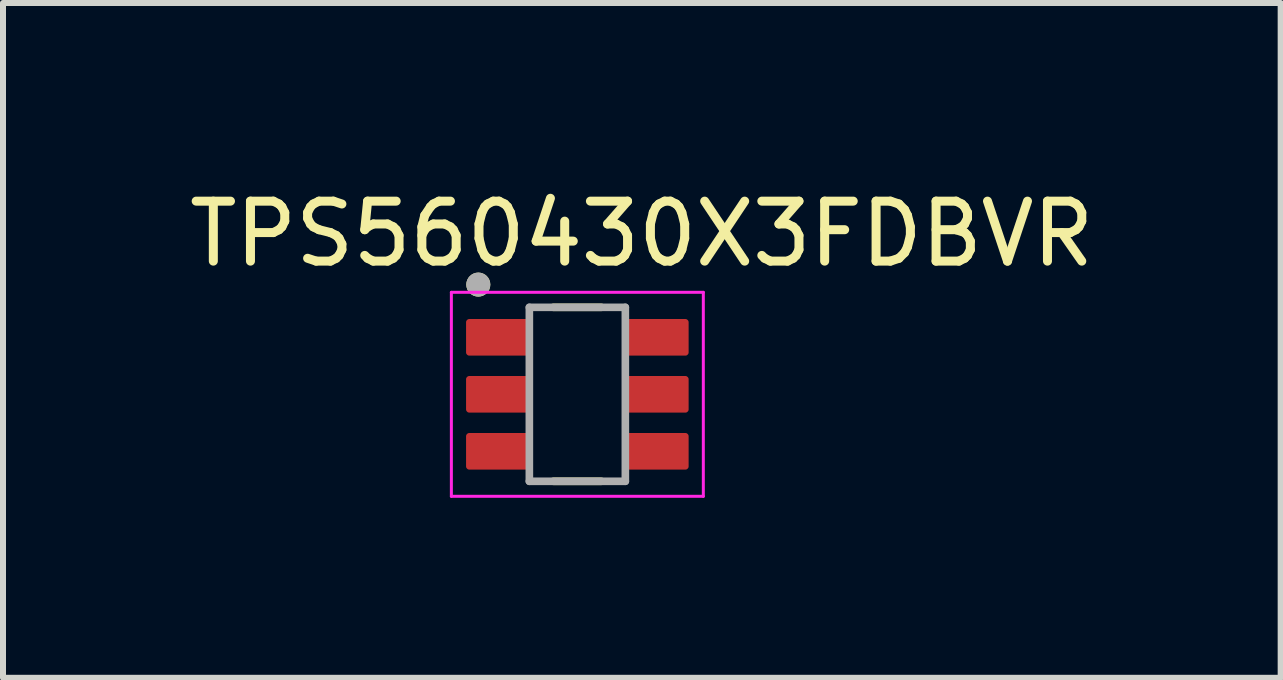
<source format=kicad_pcb>
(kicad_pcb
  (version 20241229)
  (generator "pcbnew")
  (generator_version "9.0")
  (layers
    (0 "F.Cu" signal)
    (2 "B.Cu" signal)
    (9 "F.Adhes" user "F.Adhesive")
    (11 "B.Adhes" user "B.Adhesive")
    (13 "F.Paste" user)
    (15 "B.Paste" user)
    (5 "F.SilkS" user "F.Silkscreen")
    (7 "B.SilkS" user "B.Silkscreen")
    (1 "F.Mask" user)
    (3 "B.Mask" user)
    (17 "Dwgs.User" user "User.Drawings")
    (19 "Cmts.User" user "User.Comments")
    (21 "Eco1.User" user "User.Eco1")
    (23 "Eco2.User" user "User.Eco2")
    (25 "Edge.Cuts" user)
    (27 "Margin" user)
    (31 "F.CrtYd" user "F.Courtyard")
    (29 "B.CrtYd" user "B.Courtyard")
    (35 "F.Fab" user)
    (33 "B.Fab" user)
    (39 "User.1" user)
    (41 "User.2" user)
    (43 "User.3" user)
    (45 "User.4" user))
  (footprint "TPS560430X3FDBVR"
    (layer "F.Cu")
    (at 6.574 3.523)
    (property "Reference" "TPS560430X3FDBVR" (at 1.075 -2.675 0) (layer "F.SilkS") (effects (font (size 1 1) (thickness 0.15))))
    (attr smd)
    (fp_poly (pts (xy -1.8 -1.32) (xy -1.806 -1.32) (xy -1.813 -1.319) (xy -1.819 -1.319) (xy -1.825 -1.317) (xy -1.831 -1.316) (xy -1.837 -1.314) (xy -1.843 -1.312) (xy -1.849 -1.31) (xy -1.854 -1.307) (xy -1.86 -1.304) (xy -1.865 -1.301) (xy -1.871 -1.297) (xy -1.876 -1.293) (xy -1.88 -1.289) (xy -1.885 -1.285) (xy -1.889 -1.28) (xy -1.893 -1.276) (xy -1.897 -1.271) (xy -1.901 -1.265) (xy -1.904 -1.26) (xy -1.907 -1.254) (xy -1.91 -1.249) (xy -1.912 -1.243) (xy -1.914 -1.237) (xy -1.916 -1.231) (xy -1.917 -1.225) (xy -1.919 -1.219) (xy -1.919 -1.213) (xy -1.92 -1.206) (xy -1.92 -1.2) (xy -1.92 -0.7) (xy -1.92 -0.694) (xy -1.919 -0.687) (xy -1.919 -0.681) (xy -1.917 -0.675) (xy -1.916 -0.669) (xy -1.914 -0.663) (xy -1.912 -0.657) (xy -1.91 -0.651) (xy -1.907 -0.646) (xy -1.904 -0.64) (xy -1.901 -0.635) (xy -1.897 -0.629) (xy -1.893 -0.624) (xy -1.889 -0.62) (xy -1.885 -0.615) (xy -1.88 -0.611) (xy -1.876 -0.607) (xy -1.871 -0.603) (xy -1.865 -0.599) (xy -1.86 -0.596) (xy -1.854 -0.593) (xy -1.849 -0.59) (xy -1.843 -0.588) (xy -1.837 -0.586) (xy -1.831 -0.584) (xy -1.825 -0.583) (xy -1.819 -0.581) (xy -1.813 -0.581) (xy -1.806 -0.58) (xy -1.8 -0.58) (xy -0.8 -0.58) (xy -0.794 -0.58) (xy -0.787 -0.581) (xy -0.781 -0.581) (xy -0.775 -0.583) (xy -0.769 -0.584) (xy -0.763 -0.586) (xy -0.757 -0.588) (xy -0.751 -0.59) (xy -0.746 -0.593) (xy -0.74 -0.596) (xy -0.735 -0.599) (xy -0.729 -0.603) (xy -0.724 -0.607) (xy -0.72 -0.611) (xy -0.715 -0.615) (xy -0.711 -0.62) (xy -0.707 -0.624) (xy -0.703 -0.629) (xy -0.699 -0.635) (xy -0.696 -0.64) (xy -0.693 -0.646) (xy -0.69 -0.651) (xy -0.688 -0.657) (xy -0.686 -0.663) (xy -0.684 -0.669) (xy -0.683 -0.675) (xy -0.681 -0.681) (xy -0.681 -0.687) (xy -0.68 -0.694) (xy -0.68 -0.7) (xy -0.68 -1.2) (xy -0.68 -1.206) (xy -0.681 -1.213) (xy -0.681 -1.219) (xy -0.683 -1.225) (xy -0.684 -1.231) (xy -0.686 -1.237) (xy -0.688 -1.243) (xy -0.69 -1.249) (xy -0.693 -1.254) (xy -0.696 -1.26) (xy -0.699 -1.265) (xy -0.703 -1.271) (xy -0.707 -1.276) (xy -0.711 -1.28) (xy -0.715 -1.285) (xy -0.72 -1.289) (xy -0.724 -1.293) (xy -0.729 -1.297) (xy -0.735 -1.301) (xy -0.74 -1.304) (xy -0.746 -1.307) (xy -0.751 -1.31) (xy -0.757 -1.312) (xy -0.763 -1.314) (xy -0.769 -1.316) (xy -0.775 -1.317) (xy -0.781 -1.319) (xy -0.787 -1.319) (xy -0.794 -1.32) (xy -0.8 -1.32) (xy -1.8 -1.32)) (stroke (width 0.01) (type solid)) (fill yes) (layer "F.Mask"))
    (fp_poly (pts (xy -1.8 -0.37) (xy -1.806 -0.37) (xy -1.813 -0.369) (xy -1.819 -0.369) (xy -1.825 -0.367) (xy -1.831 -0.366) (xy -1.837 -0.364) (xy -1.843 -0.362) (xy -1.849 -0.36) (xy -1.854 -0.357) (xy -1.86 -0.354) (xy -1.865 -0.351) (xy -1.871 -0.347) (xy -1.876 -0.343) (xy -1.88 -0.339) (xy -1.885 -0.335) (xy -1.889 -0.33) (xy -1.893 -0.326) (xy -1.897 -0.321) (xy -1.901 -0.315) (xy -1.904 -0.31) (xy -1.907 -0.304) (xy -1.91 -0.299) (xy -1.912 -0.293) (xy -1.914 -0.287) (xy -1.916 -0.281) (xy -1.917 -0.275) (xy -1.919 -0.269) (xy -1.919 -0.263) (xy -1.92 -0.256) (xy -1.92 -0.25) (xy -1.92 0.25) (xy -1.92 0.256) (xy -1.919 0.263) (xy -1.919 0.269) (xy -1.917 0.275) (xy -1.916 0.281) (xy -1.914 0.287) (xy -1.912 0.293) (xy -1.91 0.299) (xy -1.907 0.304) (xy -1.904 0.31) (xy -1.901 0.315) (xy -1.897 0.321) (xy -1.893 0.326) (xy -1.889 0.33) (xy -1.885 0.335) (xy -1.88 0.339) (xy -1.876 0.343) (xy -1.871 0.347) (xy -1.865 0.351) (xy -1.86 0.354) (xy -1.854 0.357) (xy -1.849 0.36) (xy -1.843 0.362) (xy -1.837 0.364) (xy -1.831 0.366) (xy -1.825 0.367) (xy -1.819 0.369) (xy -1.813 0.369) (xy -1.806 0.37) (xy -1.8 0.37) (xy -0.8 0.37) (xy -0.794 0.37) (xy -0.787 0.369) (xy -0.781 0.369) (xy -0.775 0.367) (xy -0.769 0.366) (xy -0.763 0.364) (xy -0.757 0.362) (xy -0.751 0.36) (xy -0.746 0.357) (xy -0.74 0.354) (xy -0.735 0.351) (xy -0.729 0.347) (xy -0.724 0.343) (xy -0.72 0.339) (xy -0.715 0.335) (xy -0.711 0.33) (xy -0.707 0.326) (xy -0.703 0.321) (xy -0.699 0.315) (xy -0.696 0.31) (xy -0.693 0.304) (xy -0.69 0.299) (xy -0.688 0.293) (xy -0.686 0.287) (xy -0.684 0.281) (xy -0.683 0.275) (xy -0.681 0.269) (xy -0.681 0.263) (xy -0.68 0.256) (xy -0.68 0.25) (xy -0.68 -0.25) (xy -0.68 -0.256) (xy -0.681 -0.263) (xy -0.681 -0.269) (xy -0.683 -0.275) (xy -0.684 -0.281) (xy -0.686 -0.287) (xy -0.688 -0.293) (xy -0.69 -0.299) (xy -0.693 -0.304) (xy -0.696 -0.31) (xy -0.699 -0.315) (xy -0.703 -0.321) (xy -0.707 -0.326) (xy -0.711 -0.33) (xy -0.715 -0.335) (xy -0.72 -0.339) (xy -0.724 -0.343) (xy -0.729 -0.347) (xy -0.735 -0.351) (xy -0.74 -0.354) (xy -0.746 -0.357) (xy -0.751 -0.36) (xy -0.757 -0.362) (xy -0.763 -0.364) (xy -0.769 -0.366) (xy -0.775 -0.367) (xy -0.781 -0.369) (xy -0.787 -0.369) (xy -0.794 -0.37) (xy -0.8 -0.37) (xy -1.8 -0.37)) (stroke (width 0.01) (type solid)) (fill yes) (layer "F.Mask"))
    (fp_poly (pts (xy -1.8 0.58) (xy -1.806 0.58) (xy -1.813 0.581) (xy -1.819 0.581) (xy -1.825 0.583) (xy -1.831 0.584) (xy -1.837 0.586) (xy -1.843 0.588) (xy -1.849 0.59) (xy -1.854 0.593) (xy -1.86 0.596) (xy -1.865 0.599) (xy -1.871 0.603) (xy -1.876 0.607) (xy -1.88 0.611) (xy -1.885 0.615) (xy -1.889 0.62) (xy -1.893 0.624) (xy -1.897 0.629) (xy -1.901 0.635) (xy -1.904 0.64) (xy -1.907 0.646) (xy -1.91 0.651) (xy -1.912 0.657) (xy -1.914 0.663) (xy -1.916 0.669) (xy -1.917 0.675) (xy -1.919 0.681) (xy -1.919 0.687) (xy -1.92 0.694) (xy -1.92 0.7) (xy -1.92 1.2) (xy -1.92 1.206) (xy -1.919 1.213) (xy -1.919 1.219) (xy -1.917 1.225) (xy -1.916 1.231) (xy -1.914 1.237) (xy -1.912 1.243) (xy -1.91 1.249) (xy -1.907 1.254) (xy -1.904 1.26) (xy -1.901 1.265) (xy -1.897 1.271) (xy -1.893 1.276) (xy -1.889 1.28) (xy -1.885 1.285) (xy -1.88 1.289) (xy -1.876 1.293) (xy -1.871 1.297) (xy -1.865 1.301) (xy -1.86 1.304) (xy -1.854 1.307) (xy -1.849 1.31) (xy -1.843 1.312) (xy -1.837 1.314) (xy -1.831 1.316) (xy -1.825 1.317) (xy -1.819 1.319) (xy -1.813 1.319) (xy -1.806 1.32) (xy -1.8 1.32) (xy -0.8 1.32) (xy -0.794 1.32) (xy -0.787 1.319) (xy -0.781 1.319) (xy -0.775 1.317) (xy -0.769 1.316) (xy -0.763 1.314) (xy -0.757 1.312) (xy -0.751 1.31) (xy -0.746 1.307) (xy -0.74 1.304) (xy -0.735 1.301) (xy -0.729 1.297) (xy -0.724 1.293) (xy -0.72 1.289) (xy -0.715 1.285) (xy -0.711 1.28) (xy -0.707 1.276) (xy -0.703 1.271) (xy -0.699 1.265) (xy -0.696 1.26) (xy -0.693 1.254) (xy -0.69 1.249) (xy -0.688 1.243) (xy -0.686 1.237) (xy -0.684 1.231) (xy -0.683 1.225) (xy -0.681 1.219) (xy -0.681 1.213) (xy -0.68 1.206) (xy -0.68 1.2) (xy -0.68 0.7) (xy -0.68 0.694) (xy -0.681 0.687) (xy -0.681 0.681) (xy -0.683 0.675) (xy -0.684 0.669) (xy -0.686 0.663) (xy -0.688 0.657) (xy -0.69 0.651) (xy -0.693 0.646) (xy -0.696 0.64) (xy -0.699 0.635) (xy -0.703 0.629) (xy -0.707 0.624) (xy -0.711 0.62) (xy -0.715 0.615) (xy -0.72 0.611) (xy -0.724 0.607) (xy -0.729 0.603) (xy -0.735 0.599) (xy -0.74 0.596) (xy -0.746 0.593) (xy -0.751 0.59) (xy -0.757 0.588) (xy -0.763 0.586) (xy -0.769 0.584) (xy -0.775 0.583) (xy -0.781 0.581) (xy -0.787 0.581) (xy -0.794 0.58) (xy -0.8 0.58) (xy -1.8 0.58)) (stroke (width 0.01) (type solid)) (fill yes) (layer "F.Mask"))
    (fp_poly (pts (xy 0.8 -1.32) (xy 0.794 -1.32) (xy 0.787 -1.319) (xy 0.781 -1.319) (xy 0.775 -1.317) (xy 0.769 -1.316) (xy 0.763 -1.314) (xy 0.757 -1.312) (xy 0.751 -1.31) (xy 0.746 -1.307) (xy 0.74 -1.304) (xy 0.735 -1.301) (xy 0.729 -1.297) (xy 0.724 -1.293) (xy 0.72 -1.289) (xy 0.715 -1.285) (xy 0.711 -1.28) (xy 0.707 -1.276) (xy 0.703 -1.271) (xy 0.699 -1.265) (xy 0.696 -1.26) (xy 0.693 -1.254) (xy 0.69 -1.249) (xy 0.688 -1.243) (xy 0.686 -1.237) (xy 0.684 -1.231) (xy 0.683 -1.225) (xy 0.681 -1.219) (xy 0.681 -1.213) (xy 0.68 -1.206) (xy 0.68 -1.2) (xy 0.68 -0.7) (xy 0.68 -0.694) (xy 0.681 -0.687) (xy 0.681 -0.681) (xy 0.683 -0.675) (xy 0.684 -0.669) (xy 0.686 -0.663) (xy 0.688 -0.657) (xy 0.69 -0.651) (xy 0.693 -0.646) (xy 0.696 -0.64) (xy 0.699 -0.635) (xy 0.703 -0.629) (xy 0.707 -0.624) (xy 0.711 -0.62) (xy 0.715 -0.615) (xy 0.72 -0.611) (xy 0.724 -0.607) (xy 0.729 -0.603) (xy 0.735 -0.599) (xy 0.74 -0.596) (xy 0.746 -0.593) (xy 0.751 -0.59) (xy 0.757 -0.588) (xy 0.763 -0.586) (xy 0.769 -0.584) (xy 0.775 -0.583) (xy 0.781 -0.581) (xy 0.787 -0.581) (xy 0.794 -0.58) (xy 0.8 -0.58) (xy 1.8 -0.58) (xy 1.806 -0.58) (xy 1.813 -0.581) (xy 1.819 -0.581) (xy 1.825 -0.583) (xy 1.831 -0.584) (xy 1.837 -0.586) (xy 1.843 -0.588) (xy 1.849 -0.59) (xy 1.854 -0.593) (xy 1.86 -0.596) (xy 1.865 -0.599) (xy 1.871 -0.603) (xy 1.876 -0.607) (xy 1.88 -0.611) (xy 1.885 -0.615) (xy 1.889 -0.62) (xy 1.893 -0.624) (xy 1.897 -0.629) (xy 1.901 -0.635) (xy 1.904 -0.64) (xy 1.907 -0.646) (xy 1.91 -0.651) (xy 1.912 -0.657) (xy 1.914 -0.663) (xy 1.916 -0.669) (xy 1.917 -0.675) (xy 1.919 -0.681) (xy 1.919 -0.687) (xy 1.92 -0.694) (xy 1.92 -0.7) (xy 1.92 -1.2) (xy 1.92 -1.206) (xy 1.919 -1.213) (xy 1.919 -1.219) (xy 1.917 -1.225) (xy 1.916 -1.231) (xy 1.914 -1.237) (xy 1.912 -1.243) (xy 1.91 -1.249) (xy 1.907 -1.254) (xy 1.904 -1.26) (xy 1.901 -1.265) (xy 1.897 -1.271) (xy 1.893 -1.276) (xy 1.889 -1.28) (xy 1.885 -1.285) (xy 1.88 -1.289) (xy 1.876 -1.293) (xy 1.871 -1.297) (xy 1.865 -1.301) (xy 1.86 -1.304) (xy 1.854 -1.307) (xy 1.849 -1.31) (xy 1.843 -1.312) (xy 1.837 -1.314) (xy 1.831 -1.316) (xy 1.825 -1.317) (xy 1.819 -1.319) (xy 1.813 -1.319) (xy 1.806 -1.32) (xy 1.8 -1.32) (xy 0.8 -1.32)) (stroke (width 0.01) (type solid)) (fill yes) (layer "F.Mask"))
    (fp_poly (pts (xy 0.8 -0.37) (xy 0.794 -0.37) (xy 0.787 -0.369) (xy 0.781 -0.369) (xy 0.775 -0.367) (xy 0.769 -0.366) (xy 0.763 -0.364) (xy 0.757 -0.362) (xy 0.751 -0.36) (xy 0.746 -0.357) (xy 0.74 -0.354) (xy 0.735 -0.351) (xy 0.729 -0.347) (xy 0.724 -0.343) (xy 0.72 -0.339) (xy 0.715 -0.335) (xy 0.711 -0.33) (xy 0.707 -0.326) (xy 0.703 -0.321) (xy 0.699 -0.315) (xy 0.696 -0.31) (xy 0.693 -0.304) (xy 0.69 -0.299) (xy 0.688 -0.293) (xy 0.686 -0.287) (xy 0.684 -0.281) (xy 0.683 -0.275) (xy 0.681 -0.269) (xy 0.681 -0.263) (xy 0.68 -0.256) (xy 0.68 -0.25) (xy 0.68 0.25) (xy 0.68 0.256) (xy 0.681 0.263) (xy 0.681 0.269) (xy 0.683 0.275) (xy 0.684 0.281) (xy 0.686 0.287) (xy 0.688 0.293) (xy 0.69 0.299) (xy 0.693 0.304) (xy 0.696 0.31) (xy 0.699 0.315) (xy 0.703 0.321) (xy 0.707 0.326) (xy 0.711 0.33) (xy 0.715 0.335) (xy 0.72 0.339) (xy 0.724 0.343) (xy 0.729 0.347) (xy 0.735 0.351) (xy 0.74 0.354) (xy 0.746 0.357) (xy 0.751 0.36) (xy 0.757 0.362) (xy 0.763 0.364) (xy 0.769 0.366) (xy 0.775 0.367) (xy 0.781 0.369) (xy 0.787 0.369) (xy 0.794 0.37) (xy 0.8 0.37) (xy 1.8 0.37) (xy 1.806 0.37) (xy 1.813 0.369) (xy 1.819 0.369) (xy 1.825 0.367) (xy 1.831 0.366) (xy 1.837 0.364) (xy 1.843 0.362) (xy 1.849 0.36) (xy 1.854 0.357) (xy 1.86 0.354) (xy 1.865 0.351) (xy 1.871 0.347) (xy 1.876 0.343) (xy 1.88 0.339) (xy 1.885 0.335) (xy 1.889 0.33) (xy 1.893 0.326) (xy 1.897 0.321) (xy 1.901 0.315) (xy 1.904 0.31) (xy 1.907 0.304) (xy 1.91 0.299) (xy 1.912 0.293) (xy 1.914 0.287) (xy 1.916 0.281) (xy 1.917 0.275) (xy 1.919 0.269) (xy 1.919 0.263) (xy 1.92 0.256) (xy 1.92 0.25) (xy 1.92 -0.25) (xy 1.92 -0.256) (xy 1.919 -0.263) (xy 1.919 -0.269) (xy 1.917 -0.275) (xy 1.916 -0.281) (xy 1.914 -0.287) (xy 1.912 -0.293) (xy 1.91 -0.299) (xy 1.907 -0.304) (xy 1.904 -0.31) (xy 1.901 -0.315) (xy 1.897 -0.321) (xy 1.893 -0.326) (xy 1.889 -0.33) (xy 1.885 -0.335) (xy 1.88 -0.339) (xy 1.876 -0.343) (xy 1.871 -0.347) (xy 1.865 -0.351) (xy 1.86 -0.354) (xy 1.854 -0.357) (xy 1.849 -0.36) (xy 1.843 -0.362) (xy 1.837 -0.364) (xy 1.831 -0.366) (xy 1.825 -0.367) (xy 1.819 -0.369) (xy 1.813 -0.369) (xy 1.806 -0.37) (xy 1.8 -0.37) (xy 0.8 -0.37)) (stroke (width 0.01) (type solid)) (fill yes) (layer "F.Mask"))
    (fp_poly (pts (xy 0.8 0.58) (xy 0.794 0.58) (xy 0.787 0.581) (xy 0.781 0.581) (xy 0.775 0.583) (xy 0.769 0.584) (xy 0.763 0.586) (xy 0.757 0.588) (xy 0.751 0.59) (xy 0.746 0.593) (xy 0.74 0.596) (xy 0.735 0.599) (xy 0.729 0.603) (xy 0.724 0.607) (xy 0.72 0.611) (xy 0.715 0.615) (xy 0.711 0.62) (xy 0.707 0.624) (xy 0.703 0.629) (xy 0.699 0.635) (xy 0.696 0.64) (xy 0.693 0.646) (xy 0.69 0.651) (xy 0.688 0.657) (xy 0.686 0.663) (xy 0.684 0.669) (xy 0.683 0.675) (xy 0.681 0.681) (xy 0.681 0.687) (xy 0.68 0.694) (xy 0.68 0.7) (xy 0.68 1.2) (xy 0.68 1.206) (xy 0.681 1.213) (xy 0.681 1.219) (xy 0.683 1.225) (xy 0.684 1.231) (xy 0.686 1.237) (xy 0.688 1.243) (xy 0.69 1.249) (xy 0.693 1.254) (xy 0.696 1.26) (xy 0.699 1.265) (xy 0.703 1.271) (xy 0.707 1.276) (xy 0.711 1.28) (xy 0.715 1.285) (xy 0.72 1.289) (xy 0.724 1.293) (xy 0.729 1.297) (xy 0.735 1.301) (xy 0.74 1.304) (xy 0.746 1.307) (xy 0.751 1.31) (xy 0.757 1.312) (xy 0.763 1.314) (xy 0.769 1.316) (xy 0.775 1.317) (xy 0.781 1.319) (xy 0.787 1.319) (xy 0.794 1.32) (xy 0.8 1.32) (xy 1.8 1.32) (xy 1.806 1.32) (xy 1.813 1.319) (xy 1.819 1.319) (xy 1.825 1.317) (xy 1.831 1.316) (xy 1.837 1.314) (xy 1.843 1.312) (xy 1.849 1.31) (xy 1.854 1.307) (xy 1.86 1.304) (xy 1.865 1.301) (xy 1.871 1.297) (xy 1.876 1.293) (xy 1.88 1.289) (xy 1.885 1.285) (xy 1.889 1.28) (xy 1.893 1.276) (xy 1.897 1.271) (xy 1.901 1.265) (xy 1.904 1.26) (xy 1.907 1.254) (xy 1.91 1.249) (xy 1.912 1.243) (xy 1.914 1.237) (xy 1.916 1.231) (xy 1.917 1.225) (xy 1.919 1.219) (xy 1.919 1.213) (xy 1.92 1.206) (xy 1.92 1.2) (xy 1.92 0.7) (xy 1.92 0.694) (xy 1.919 0.687) (xy 1.919 0.681) (xy 1.917 0.675) (xy 1.916 0.669) (xy 1.914 0.663) (xy 1.912 0.657) (xy 1.91 0.651) (xy 1.907 0.646) (xy 1.904 0.64) (xy 1.901 0.635) (xy 1.897 0.629) (xy 1.893 0.624) (xy 1.889 0.62) (xy 1.885 0.615) (xy 1.88 0.611) (xy 1.876 0.607) (xy 1.871 0.603) (xy 1.865 0.599) (xy 1.86 0.596) (xy 1.854 0.593) (xy 1.849 0.59) (xy 1.843 0.588) (xy 1.837 0.586) (xy 1.831 0.584) (xy 1.825 0.583) (xy 1.819 0.581) (xy 1.813 0.581) (xy 1.806 0.58) (xy 1.8 0.58) (xy 0.8 0.58)) (stroke (width 0.01) (type solid)) (fill yes) (layer "F.Mask"))
    (fp_line (start -0.4 -1.45) (end 0.4 -1.45) (stroke (width 0.127) (type solid)) (layer "F.SilkS"))
    (fp_line (start -0.4 1.45) (end 0.4 1.45) (stroke (width 0.127) (type solid)) (layer "F.SilkS"))
    (fp_circle (center -1.651 -1.829) (end -1.551 -1.829) (stroke (width 0.2) (type solid)) (fill no) (layer "F.SilkS"))
    (fp_poly (pts (xy -1.8 -1.25) (xy -1.803 -1.25) (xy -1.805 -1.25) (xy -1.808 -1.249) (xy -1.81 -1.249) (xy -1.813 -1.248) (xy -1.815 -1.248) (xy -1.818 -1.247) (xy -1.82 -1.246) (xy -1.823 -1.245) (xy -1.825 -1.243) (xy -1.827 -1.242) (xy -1.829 -1.24) (xy -1.831 -1.239) (xy -1.833 -1.237) (xy -1.835 -1.235) (xy -1.837 -1.233) (xy -1.839 -1.231) (xy -1.84 -1.229) (xy -1.842 -1.227) (xy -1.843 -1.225) (xy -1.845 -1.223) (xy -1.846 -1.22) (xy -1.847 -1.218) (xy -1.848 -1.215) (xy -1.848 -1.213) (xy -1.849 -1.21) (xy -1.849 -1.208) (xy -1.85 -1.205) (xy -1.85 -1.203) (xy -1.85 -1.2) (xy -1.85 -0.7) (xy -1.85 -0.697) (xy -1.85 -0.695) (xy -1.849 -0.692) (xy -1.849 -0.69) (xy -1.848 -0.687) (xy -1.848 -0.685) (xy -1.847 -0.682) (xy -1.846 -0.68) (xy -1.845 -0.677) (xy -1.843 -0.675) (xy -1.842 -0.673) (xy -1.84 -0.671) (xy -1.839 -0.669) (xy -1.837 -0.667) (xy -1.835 -0.665) (xy -1.833 -0.663) (xy -1.831 -0.661) (xy -1.829 -0.66) (xy -1.827 -0.658) (xy -1.825 -0.657) (xy -1.823 -0.655) (xy -1.82 -0.654) (xy -1.818 -0.653) (xy -1.815 -0.652) (xy -1.813 -0.652) (xy -1.81 -0.651) (xy -1.808 -0.651) (xy -1.805 -0.65) (xy -1.803 -0.65) (xy -1.8 -0.65) (xy -0.8 -0.65) (xy -0.797 -0.65) (xy -0.795 -0.65) (xy -0.792 -0.651) (xy -0.79 -0.651) (xy -0.787 -0.652) (xy -0.785 -0.652) (xy -0.782 -0.653) (xy -0.78 -0.654) (xy -0.777 -0.655) (xy -0.775 -0.657) (xy -0.773 -0.658) (xy -0.771 -0.66) (xy -0.769 -0.661) (xy -0.767 -0.663) (xy -0.765 -0.665) (xy -0.763 -0.667) (xy -0.761 -0.669) (xy -0.76 -0.671) (xy -0.758 -0.673) (xy -0.757 -0.675) (xy -0.755 -0.677) (xy -0.754 -0.68) (xy -0.753 -0.682) (xy -0.752 -0.685) (xy -0.752 -0.687) (xy -0.751 -0.69) (xy -0.751 -0.692) (xy -0.75 -0.695) (xy -0.75 -0.697) (xy -0.75 -0.7) (xy -0.75 -1.2) (xy -0.75 -1.203) (xy -0.75 -1.205) (xy -0.751 -1.208) (xy -0.751 -1.21) (xy -0.752 -1.213) (xy -0.752 -1.215) (xy -0.753 -1.218) (xy -0.754 -1.22) (xy -0.755 -1.223) (xy -0.757 -1.225) (xy -0.758 -1.227) (xy -0.76 -1.229) (xy -0.761 -1.231) (xy -0.763 -1.233) (xy -0.765 -1.235) (xy -0.767 -1.237) (xy -0.769 -1.239) (xy -0.771 -1.24) (xy -0.773 -1.242) (xy -0.775 -1.243) (xy -0.777 -1.245) (xy -0.78 -1.246) (xy -0.782 -1.247) (xy -0.785 -1.248) (xy -0.787 -1.248) (xy -0.79 -1.249) (xy -0.792 -1.249) (xy -0.795 -1.25) (xy -0.797 -1.25) (xy -0.8 -1.25) (xy -1.8 -1.25)) (stroke (width 0.01) (type solid)) (fill yes) (layer "F.Paste"))
    (fp_poly (pts (xy -1.8 -0.3) (xy -1.803 -0.3) (xy -1.805 -0.3) (xy -1.808 -0.299) (xy -1.81 -0.299) (xy -1.813 -0.298) (xy -1.815 -0.298) (xy -1.818 -0.297) (xy -1.82 -0.296) (xy -1.823 -0.295) (xy -1.825 -0.293) (xy -1.827 -0.292) (xy -1.829 -0.29) (xy -1.831 -0.289) (xy -1.833 -0.287) (xy -1.835 -0.285) (xy -1.837 -0.283) (xy -1.839 -0.281) (xy -1.84 -0.279) (xy -1.842 -0.277) (xy -1.843 -0.275) (xy -1.845 -0.273) (xy -1.846 -0.27) (xy -1.847 -0.268) (xy -1.848 -0.265) (xy -1.848 -0.263) (xy -1.849 -0.26) (xy -1.849 -0.258) (xy -1.85 -0.255) (xy -1.85 -0.253) (xy -1.85 -0.25) (xy -1.85 0.25) (xy -1.85 0.253) (xy -1.85 0.255) (xy -1.849 0.258) (xy -1.849 0.26) (xy -1.848 0.263) (xy -1.848 0.265) (xy -1.847 0.268) (xy -1.846 0.27) (xy -1.845 0.273) (xy -1.843 0.275) (xy -1.842 0.277) (xy -1.84 0.279) (xy -1.839 0.281) (xy -1.837 0.283) (xy -1.835 0.285) (xy -1.833 0.287) (xy -1.831 0.289) (xy -1.829 0.29) (xy -1.827 0.292) (xy -1.825 0.293) (xy -1.823 0.295) (xy -1.82 0.296) (xy -1.818 0.297) (xy -1.815 0.298) (xy -1.813 0.298) (xy -1.81 0.299) (xy -1.808 0.299) (xy -1.805 0.3) (xy -1.803 0.3) (xy -1.8 0.3) (xy -0.8 0.3) (xy -0.797 0.3) (xy -0.795 0.3) (xy -0.792 0.299) (xy -0.79 0.299) (xy -0.787 0.298) (xy -0.785 0.298) (xy -0.782 0.297) (xy -0.78 0.296) (xy -0.777 0.295) (xy -0.775 0.293) (xy -0.773 0.292) (xy -0.771 0.29) (xy -0.769 0.289) (xy -0.767 0.287) (xy -0.765 0.285) (xy -0.763 0.283) (xy -0.761 0.281) (xy -0.76 0.279) (xy -0.758 0.277) (xy -0.757 0.275) (xy -0.755 0.273) (xy -0.754 0.27) (xy -0.753 0.268) (xy -0.752 0.265) (xy -0.752 0.263) (xy -0.751 0.26) (xy -0.751 0.258) (xy -0.75 0.255) (xy -0.75 0.253) (xy -0.75 0.25) (xy -0.75 -0.25) (xy -0.75 -0.253) (xy -0.75 -0.255) (xy -0.751 -0.258) (xy -0.751 -0.26) (xy -0.752 -0.263) (xy -0.752 -0.265) (xy -0.753 -0.268) (xy -0.754 -0.27) (xy -0.755 -0.273) (xy -0.757 -0.275) (xy -0.758 -0.277) (xy -0.76 -0.279) (xy -0.761 -0.281) (xy -0.763 -0.283) (xy -0.765 -0.285) (xy -0.767 -0.287) (xy -0.769 -0.289) (xy -0.771 -0.29) (xy -0.773 -0.292) (xy -0.775 -0.293) (xy -0.777 -0.295) (xy -0.78 -0.296) (xy -0.782 -0.297) (xy -0.785 -0.298) (xy -0.787 -0.298) (xy -0.79 -0.299) (xy -0.792 -0.299) (xy -0.795 -0.3) (xy -0.797 -0.3) (xy -0.8 -0.3) (xy -1.8 -0.3)) (stroke (width 0.01) (type solid)) (fill yes) (layer "F.Paste"))
    (fp_poly (pts (xy -1.8 0.65) (xy -1.803 0.65) (xy -1.805 0.65) (xy -1.808 0.651) (xy -1.81 0.651) (xy -1.813 0.652) (xy -1.815 0.652) (xy -1.818 0.653) (xy -1.82 0.654) (xy -1.823 0.655) (xy -1.825 0.657) (xy -1.827 0.658) (xy -1.829 0.66) (xy -1.831 0.661) (xy -1.833 0.663) (xy -1.835 0.665) (xy -1.837 0.667) (xy -1.839 0.669) (xy -1.84 0.671) (xy -1.842 0.673) (xy -1.843 0.675) (xy -1.845 0.677) (xy -1.846 0.68) (xy -1.847 0.682) (xy -1.848 0.685) (xy -1.848 0.687) (xy -1.849 0.69) (xy -1.849 0.692) (xy -1.85 0.695) (xy -1.85 0.697) (xy -1.85 0.7) (xy -1.85 1.2) (xy -1.85 1.203) (xy -1.85 1.205) (xy -1.849 1.208) (xy -1.849 1.21) (xy -1.848 1.213) (xy -1.848 1.215) (xy -1.847 1.218) (xy -1.846 1.22) (xy -1.845 1.223) (xy -1.843 1.225) (xy -1.842 1.227) (xy -1.84 1.229) (xy -1.839 1.231) (xy -1.837 1.233) (xy -1.835 1.235) (xy -1.833 1.237) (xy -1.831 1.239) (xy -1.829 1.24) (xy -1.827 1.242) (xy -1.825 1.243) (xy -1.823 1.245) (xy -1.82 1.246) (xy -1.818 1.247) (xy -1.815 1.248) (xy -1.813 1.248) (xy -1.81 1.249) (xy -1.808 1.249) (xy -1.805 1.25) (xy -1.803 1.25) (xy -1.8 1.25) (xy -0.8 1.25) (xy -0.797 1.25) (xy -0.795 1.25) (xy -0.792 1.249) (xy -0.79 1.249) (xy -0.787 1.248) (xy -0.785 1.248) (xy -0.782 1.247) (xy -0.78 1.246) (xy -0.777 1.245) (xy -0.775 1.243) (xy -0.773 1.242) (xy -0.771 1.24) (xy -0.769 1.239) (xy -0.767 1.237) (xy -0.765 1.235) (xy -0.763 1.233) (xy -0.761 1.231) (xy -0.76 1.229) (xy -0.758 1.227) (xy -0.757 1.225) (xy -0.755 1.223) (xy -0.754 1.22) (xy -0.753 1.218) (xy -0.752 1.215) (xy -0.752 1.213) (xy -0.751 1.21) (xy -0.751 1.208) (xy -0.75 1.205) (xy -0.75 1.203) (xy -0.75 1.2) (xy -0.75 0.7) (xy -0.75 0.697) (xy -0.75 0.695) (xy -0.751 0.692) (xy -0.751 0.69) (xy -0.752 0.687) (xy -0.752 0.685) (xy -0.753 0.682) (xy -0.754 0.68) (xy -0.755 0.677) (xy -0.757 0.675) (xy -0.758 0.673) (xy -0.76 0.671) (xy -0.761 0.669) (xy -0.763 0.667) (xy -0.765 0.665) (xy -0.767 0.663) (xy -0.769 0.661) (xy -0.771 0.66) (xy -0.773 0.658) (xy -0.775 0.657) (xy -0.777 0.655) (xy -0.78 0.654) (xy -0.782 0.653) (xy -0.785 0.652) (xy -0.787 0.652) (xy -0.79 0.651) (xy -0.792 0.651) (xy -0.795 0.65) (xy -0.797 0.65) (xy -0.8 0.65) (xy -1.8 0.65)) (stroke (width 0.01) (type solid)) (fill yes) (layer "F.Paste"))
    (fp_poly (pts (xy 0.8 -1.25) (xy 0.797 -1.25) (xy 0.795 -1.25) (xy 0.792 -1.249) (xy 0.79 -1.249) (xy 0.787 -1.248) (xy 0.785 -1.248) (xy 0.782 -1.247) (xy 0.78 -1.246) (xy 0.777 -1.245) (xy 0.775 -1.243) (xy 0.773 -1.242) (xy 0.771 -1.24) (xy 0.769 -1.239) (xy 0.767 -1.237) (xy 0.765 -1.235) (xy 0.763 -1.233) (xy 0.761 -1.231) (xy 0.76 -1.229) (xy 0.758 -1.227) (xy 0.757 -1.225) (xy 0.755 -1.223) (xy 0.754 -1.22) (xy 0.753 -1.218) (xy 0.752 -1.215) (xy 0.752 -1.213) (xy 0.751 -1.21) (xy 0.751 -1.208) (xy 0.75 -1.205) (xy 0.75 -1.203) (xy 0.75 -1.2) (xy 0.75 -0.7) (xy 0.75 -0.697) (xy 0.75 -0.695) (xy 0.751 -0.692) (xy 0.751 -0.69) (xy 0.752 -0.687) (xy 0.752 -0.685) (xy 0.753 -0.682) (xy 0.754 -0.68) (xy 0.755 -0.677) (xy 0.757 -0.675) (xy 0.758 -0.673) (xy 0.76 -0.671) (xy 0.761 -0.669) (xy 0.763 -0.667) (xy 0.765 -0.665) (xy 0.767 -0.663) (xy 0.769 -0.661) (xy 0.771 -0.66) (xy 0.773 -0.658) (xy 0.775 -0.657) (xy 0.777 -0.655) (xy 0.78 -0.654) (xy 0.782 -0.653) (xy 0.785 -0.652) (xy 0.787 -0.652) (xy 0.79 -0.651) (xy 0.792 -0.651) (xy 0.795 -0.65) (xy 0.797 -0.65) (xy 0.8 -0.65) (xy 1.8 -0.65) (xy 1.803 -0.65) (xy 1.805 -0.65) (xy 1.808 -0.651) (xy 1.81 -0.651) (xy 1.813 -0.652) (xy 1.815 -0.652) (xy 1.818 -0.653) (xy 1.82 -0.654) (xy 1.823 -0.655) (xy 1.825 -0.657) (xy 1.827 -0.658) (xy 1.829 -0.66) (xy 1.831 -0.661) (xy 1.833 -0.663) (xy 1.835 -0.665) (xy 1.837 -0.667) (xy 1.839 -0.669) (xy 1.84 -0.671) (xy 1.842 -0.673) (xy 1.843 -0.675) (xy 1.845 -0.677) (xy 1.846 -0.68) (xy 1.847 -0.682) (xy 1.848 -0.685) (xy 1.848 -0.687) (xy 1.849 -0.69) (xy 1.849 -0.692) (xy 1.85 -0.695) (xy 1.85 -0.697) (xy 1.85 -0.7) (xy 1.85 -1.2) (xy 1.85 -1.203) (xy 1.85 -1.205) (xy 1.849 -1.208) (xy 1.849 -1.21) (xy 1.848 -1.213) (xy 1.848 -1.215) (xy 1.847 -1.218) (xy 1.846 -1.22) (xy 1.845 -1.223) (xy 1.843 -1.225) (xy 1.842 -1.227) (xy 1.84 -1.229) (xy 1.839 -1.231) (xy 1.837 -1.233) (xy 1.835 -1.235) (xy 1.833 -1.237) (xy 1.831 -1.239) (xy 1.829 -1.24) (xy 1.827 -1.242) (xy 1.825 -1.243) (xy 1.823 -1.245) (xy 1.82 -1.246) (xy 1.818 -1.247) (xy 1.815 -1.248) (xy 1.813 -1.248) (xy 1.81 -1.249) (xy 1.808 -1.249) (xy 1.805 -1.25) (xy 1.803 -1.25) (xy 1.8 -1.25) (xy 0.8 -1.25)) (stroke (width 0.01) (type solid)) (fill yes) (layer "F.Paste"))
    (fp_poly (pts (xy 0.8 -0.3) (xy 0.797 -0.3) (xy 0.795 -0.3) (xy 0.792 -0.299) (xy 0.79 -0.299) (xy 0.787 -0.298) (xy 0.785 -0.298) (xy 0.782 -0.297) (xy 0.78 -0.296) (xy 0.777 -0.295) (xy 0.775 -0.293) (xy 0.773 -0.292) (xy 0.771 -0.29) (xy 0.769 -0.289) (xy 0.767 -0.287) (xy 0.765 -0.285) (xy 0.763 -0.283) (xy 0.761 -0.281) (xy 0.76 -0.279) (xy 0.758 -0.277) (xy 0.757 -0.275) (xy 0.755 -0.273) (xy 0.754 -0.27) (xy 0.753 -0.268) (xy 0.752 -0.265) (xy 0.752 -0.263) (xy 0.751 -0.26) (xy 0.751 -0.258) (xy 0.75 -0.255) (xy 0.75 -0.253) (xy 0.75 -0.25) (xy 0.75 0.25) (xy 0.75 0.253) (xy 0.75 0.255) (xy 0.751 0.258) (xy 0.751 0.26) (xy 0.752 0.263) (xy 0.752 0.265) (xy 0.753 0.268) (xy 0.754 0.27) (xy 0.755 0.273) (xy 0.757 0.275) (xy 0.758 0.277) (xy 0.76 0.279) (xy 0.761 0.281) (xy 0.763 0.283) (xy 0.765 0.285) (xy 0.767 0.287) (xy 0.769 0.289) (xy 0.771 0.29) (xy 0.773 0.292) (xy 0.775 0.293) (xy 0.777 0.295) (xy 0.78 0.296) (xy 0.782 0.297) (xy 0.785 0.298) (xy 0.787 0.298) (xy 0.79 0.299) (xy 0.792 0.299) (xy 0.795 0.3) (xy 0.797 0.3) (xy 0.8 0.3) (xy 1.8 0.3) (xy 1.803 0.3) (xy 1.805 0.3) (xy 1.808 0.299) (xy 1.81 0.299) (xy 1.813 0.298) (xy 1.815 0.298) (xy 1.818 0.297) (xy 1.82 0.296) (xy 1.823 0.295) (xy 1.825 0.293) (xy 1.827 0.292) (xy 1.829 0.29) (xy 1.831 0.289) (xy 1.833 0.287) (xy 1.835 0.285) (xy 1.837 0.283) (xy 1.839 0.281) (xy 1.84 0.279) (xy 1.842 0.277) (xy 1.843 0.275) (xy 1.845 0.273) (xy 1.846 0.27) (xy 1.847 0.268) (xy 1.848 0.265) (xy 1.848 0.263) (xy 1.849 0.26) (xy 1.849 0.258) (xy 1.85 0.255) (xy 1.85 0.253) (xy 1.85 0.25) (xy 1.85 -0.25) (xy 1.85 -0.253) (xy 1.85 -0.255) (xy 1.849 -0.258) (xy 1.849 -0.26) (xy 1.848 -0.263) (xy 1.848 -0.265) (xy 1.847 -0.268) (xy 1.846 -0.27) (xy 1.845 -0.273) (xy 1.843 -0.275) (xy 1.842 -0.277) (xy 1.84 -0.279) (xy 1.839 -0.281) (xy 1.837 -0.283) (xy 1.835 -0.285) (xy 1.833 -0.287) (xy 1.831 -0.289) (xy 1.829 -0.29) (xy 1.827 -0.292) (xy 1.825 -0.293) (xy 1.823 -0.295) (xy 1.82 -0.296) (xy 1.818 -0.297) (xy 1.815 -0.298) (xy 1.813 -0.298) (xy 1.81 -0.299) (xy 1.808 -0.299) (xy 1.805 -0.3) (xy 1.803 -0.3) (xy 1.8 -0.3) (xy 0.8 -0.3)) (stroke (width 0.01) (type solid)) (fill yes) (layer "F.Paste"))
    (fp_poly (pts (xy 0.8 0.65) (xy 0.797 0.65) (xy 0.795 0.65) (xy 0.792 0.651) (xy 0.79 0.651) (xy 0.787 0.652) (xy 0.785 0.652) (xy 0.782 0.653) (xy 0.78 0.654) (xy 0.777 0.655) (xy 0.775 0.657) (xy 0.773 0.658) (xy 0.771 0.66) (xy 0.769 0.661) (xy 0.767 0.663) (xy 0.765 0.665) (xy 0.763 0.667) (xy 0.761 0.669) (xy 0.76 0.671) (xy 0.758 0.673) (xy 0.757 0.675) (xy 0.755 0.677) (xy 0.754 0.68) (xy 0.753 0.682) (xy 0.752 0.685) (xy 0.752 0.687) (xy 0.751 0.69) (xy 0.751 0.692) (xy 0.75 0.695) (xy 0.75 0.697) (xy 0.75 0.7) (xy 0.75 1.2) (xy 0.75 1.203) (xy 0.75 1.205) (xy 0.751 1.208) (xy 0.751 1.21) (xy 0.752 1.213) (xy 0.752 1.215) (xy 0.753 1.218) (xy 0.754 1.22) (xy 0.755 1.223) (xy 0.757 1.225) (xy 0.758 1.227) (xy 0.76 1.229) (xy 0.761 1.231) (xy 0.763 1.233) (xy 0.765 1.235) (xy 0.767 1.237) (xy 0.769 1.239) (xy 0.771 1.24) (xy 0.773 1.242) (xy 0.775 1.243) (xy 0.777 1.245) (xy 0.78 1.246) (xy 0.782 1.247) (xy 0.785 1.248) (xy 0.787 1.248) (xy 0.79 1.249) (xy 0.792 1.249) (xy 0.795 1.25) (xy 0.797 1.25) (xy 0.8 1.25) (xy 1.8 1.25) (xy 1.803 1.25) (xy 1.805 1.25) (xy 1.808 1.249) (xy 1.81 1.249) (xy 1.813 1.248) (xy 1.815 1.248) (xy 1.818 1.247) (xy 1.82 1.246) (xy 1.823 1.245) (xy 1.825 1.243) (xy 1.827 1.242) (xy 1.829 1.24) (xy 1.831 1.239) (xy 1.833 1.237) (xy 1.835 1.235) (xy 1.837 1.233) (xy 1.839 1.231) (xy 1.84 1.229) (xy 1.842 1.227) (xy 1.843 1.225) (xy 1.845 1.223) (xy 1.846 1.22) (xy 1.847 1.218) (xy 1.848 1.215) (xy 1.848 1.213) (xy 1.849 1.21) (xy 1.849 1.208) (xy 1.85 1.205) (xy 1.85 1.203) (xy 1.85 1.2) (xy 1.85 0.7) (xy 1.85 0.697) (xy 1.85 0.695) (xy 1.849 0.692) (xy 1.849 0.69) (xy 1.848 0.687) (xy 1.848 0.685) (xy 1.847 0.682) (xy 1.846 0.68) (xy 1.845 0.677) (xy 1.843 0.675) (xy 1.842 0.673) (xy 1.84 0.671) (xy 1.839 0.669) (xy 1.837 0.667) (xy 1.835 0.665) (xy 1.833 0.663) (xy 1.831 0.661) (xy 1.829 0.66) (xy 1.827 0.658) (xy 1.825 0.657) (xy 1.823 0.655) (xy 1.82 0.654) (xy 1.818 0.653) (xy 1.815 0.652) (xy 1.813 0.652) (xy 1.81 0.651) (xy 1.808 0.651) (xy 1.805 0.65) (xy 1.803 0.65) (xy 1.8 0.65) (xy 0.8 0.65)) (stroke (width 0.01) (type solid)) (fill yes) (layer "F.Paste"))
    (fp_line (start -2.1 -1.7) (end -2.1 1.7) (stroke (width 0.05) (type solid)) (layer "F.CrtYd"))
    (fp_line (start -2.1 1.7) (end 2.1 1.7) (stroke (width 0.05) (type solid)) (layer "F.CrtYd"))
    (fp_line (start 2.1 -1.7) (end -2.1 -1.7) (stroke (width 0.05) (type solid)) (layer "F.CrtYd"))
    (fp_line (start 2.1 1.7) (end 2.1 -1.7) (stroke (width 0.05) (type solid)) (layer "F.CrtYd"))
    (fp_line (start -0.8 -1.45) (end -0.8 1.45) (stroke (width 0.127) (type solid)) (layer "F.Fab"))
    (fp_line (start -0.8 1.45) (end 0.8 1.45) (stroke (width 0.127) (type solid)) (layer "F.Fab"))
    (fp_line (start 0.8 -1.45) (end -0.8 -1.45) (stroke (width 0.127) (type solid)) (layer "F.Fab"))
    (fp_line (start 0.8 1.45) (end 0.8 -1.45) (stroke (width 0.127) (type solid)) (layer "F.Fab"))
    (fp_circle (center -1.651 -1.829) (end -1.551 -1.829) (stroke (width 0.2) (type solid)) (fill no) (layer "F.Fab"))
    (pad "1" smd custom (at -1.3 -0.95) (size 0.1 0.1) (layers "F.Cu") (options (anchor rect)) (primitives (gr_poly (pts (xy -0.5 -0.3) (xy -0.503 -0.3) (xy -0.505 -0.3) (xy -0.508 -0.299) (xy -0.51 -0.299) (xy -0.513 -0.298) (xy -0.515 -0.298) (xy -0.518 -0.297) (xy -0.52 -0.296) (xy -0.523 -0.295) (xy -0.525 -0.293) (xy -0.527 -0.292) (xy -0.529 -0.29) (xy -0.531 -0.289) (xy -0.533 -0.287) (xy -0.535 -0.285) (xy -0.537 -0.283) (xy -0.539 -0.281) (xy -0.54 -0.279) (xy -0.542 -0.277) (xy -0.543 -0.275) (xy -0.545 -0.273) (xy -0.546 -0.27) (xy -0.547 -0.268) (xy -0.548 -0.265) (xy -0.548 -0.263) (xy -0.549 -0.26) (xy -0.549 -0.258) (xy -0.55 -0.255) (xy -0.55 -0.253) (xy -0.55 -0.25) (xy -0.55 0.25) (xy -0.55 0.253) (xy -0.55 0.255) (xy -0.549 0.258) (xy -0.549 0.26) (xy -0.548 0.263) (xy -0.548 0.265) (xy -0.547 0.268) (xy -0.546 0.27) (xy -0.545 0.273) (xy -0.543 0.275) (xy -0.542 0.277) (xy -0.54 0.279) (xy -0.539 0.281) (xy -0.537 0.283) (xy -0.535 0.285) (xy -0.533 0.287) (xy -0.531 0.289) (xy -0.529 0.29) (xy -0.527 0.292) (xy -0.525 0.293) (xy -0.523 0.295) (xy -0.52 0.296) (xy -0.518 0.297) (xy -0.515 0.298) (xy -0.513 0.298) (xy -0.51 0.299) (xy -0.508 0.299) (xy -0.505 0.3) (xy -0.503 0.3) (xy -0.5 0.3) (xy 0.5 0.3) (xy 0.503 0.3) (xy 0.505 0.3) (xy 0.508 0.299) (xy 0.51 0.299) (xy 0.513 0.298) (xy 0.515 0.298) (xy 0.518 0.297) (xy 0.52 0.296) (xy 0.523 0.295) (xy 0.525 0.293) (xy 0.527 0.292) (xy 0.529 0.29) (xy 0.531 0.289) (xy 0.533 0.287) (xy 0.535 0.285) (xy 0.537 0.283) (xy 0.539 0.281) (xy 0.54 0.279) (xy 0.542 0.277) (xy 0.543 0.275) (xy 0.545 0.273) (xy 0.546 0.27) (xy 0.547 0.268) (xy 0.548 0.265) (xy 0.548 0.263) (xy 0.549 0.26) (xy 0.549 0.258) (xy 0.55 0.255) (xy 0.55 0.253) (xy 0.55 0.25) (xy 0.55 -0.25) (xy 0.55 -0.253) (xy 0.55 -0.255) (xy 0.549 -0.258) (xy 0.549 -0.26) (xy 0.548 -0.263) (xy 0.548 -0.265) (xy 0.547 -0.268) (xy 0.546 -0.27) (xy 0.545 -0.273) (xy 0.543 -0.275) (xy 0.542 -0.277) (xy 0.54 -0.279) (xy 0.539 -0.281) (xy 0.537 -0.283) (xy 0.535 -0.285) (xy 0.533 -0.287) (xy 0.531 -0.289) (xy 0.529 -0.29) (xy 0.527 -0.292) (xy 0.525 -0.293) (xy 0.523 -0.295) (xy 0.52 -0.296) (xy 0.518 -0.297) (xy 0.515 -0.298) (xy 0.513 -0.298) (xy 0.51 -0.299) (xy 0.508 -0.299) (xy 0.505 -0.3) (xy 0.503 -0.3) (xy 0.5 -0.3) (xy -0.5 -0.3)) (width 0.01) (fill yes))))
    (pad "2" smd custom (at -1.3 0) (size 0.1 0.1) (layers "F.Cu") (options (anchor rect)) (primitives (gr_poly (pts (xy -0.5 -0.3) (xy -0.503 -0.3) (xy -0.505 -0.3) (xy -0.508 -0.299) (xy -0.51 -0.299) (xy -0.513 -0.298) (xy -0.515 -0.298) (xy -0.518 -0.297) (xy -0.52 -0.296) (xy -0.523 -0.295) (xy -0.525 -0.293) (xy -0.527 -0.292) (xy -0.529 -0.29) (xy -0.531 -0.289) (xy -0.533 -0.287) (xy -0.535 -0.285) (xy -0.537 -0.283) (xy -0.539 -0.281) (xy -0.54 -0.279) (xy -0.542 -0.277) (xy -0.543 -0.275) (xy -0.545 -0.273) (xy -0.546 -0.27) (xy -0.547 -0.268) (xy -0.548 -0.265) (xy -0.548 -0.263) (xy -0.549 -0.26) (xy -0.549 -0.258) (xy -0.55 -0.255) (xy -0.55 -0.253) (xy -0.55 -0.25) (xy -0.55 0.25) (xy -0.55 0.253) (xy -0.55 0.255) (xy -0.549 0.258) (xy -0.549 0.26) (xy -0.548 0.263) (xy -0.548 0.265) (xy -0.547 0.268) (xy -0.546 0.27) (xy -0.545 0.273) (xy -0.543 0.275) (xy -0.542 0.277) (xy -0.54 0.279) (xy -0.539 0.281) (xy -0.537 0.283) (xy -0.535 0.285) (xy -0.533 0.287) (xy -0.531 0.289) (xy -0.529 0.29) (xy -0.527 0.292) (xy -0.525 0.293) (xy -0.523 0.295) (xy -0.52 0.296) (xy -0.518 0.297) (xy -0.515 0.298) (xy -0.513 0.298) (xy -0.51 0.299) (xy -0.508 0.299) (xy -0.505 0.3) (xy -0.503 0.3) (xy -0.5 0.3) (xy 0.5 0.3) (xy 0.503 0.3) (xy 0.505 0.3) (xy 0.508 0.299) (xy 0.51 0.299) (xy 0.513 0.298) (xy 0.515 0.298) (xy 0.518 0.297) (xy 0.52 0.296) (xy 0.523 0.295) (xy 0.525 0.293) (xy 0.527 0.292) (xy 0.529 0.29) (xy 0.531 0.289) (xy 0.533 0.287) (xy 0.535 0.285) (xy 0.537 0.283) (xy 0.539 0.281) (xy 0.54 0.279) (xy 0.542 0.277) (xy 0.543 0.275) (xy 0.545 0.273) (xy 0.546 0.27) (xy 0.547 0.268) (xy 0.548 0.265) (xy 0.548 0.263) (xy 0.549 0.26) (xy 0.549 0.258) (xy 0.55 0.255) (xy 0.55 0.253) (xy 0.55 0.25) (xy 0.55 -0.25) (xy 0.55 -0.253) (xy 0.55 -0.255) (xy 0.549 -0.258) (xy 0.549 -0.26) (xy 0.548 -0.263) (xy 0.548 -0.265) (xy 0.547 -0.268) (xy 0.546 -0.27) (xy 0.545 -0.273) (xy 0.543 -0.275) (xy 0.542 -0.277) (xy 0.54 -0.279) (xy 0.539 -0.281) (xy 0.537 -0.283) (xy 0.535 -0.285) (xy 0.533 -0.287) (xy 0.531 -0.289) (xy 0.529 -0.29) (xy 0.527 -0.292) (xy 0.525 -0.293) (xy 0.523 -0.295) (xy 0.52 -0.296) (xy 0.518 -0.297) (xy 0.515 -0.298) (xy 0.513 -0.298) (xy 0.51 -0.299) (xy 0.508 -0.299) (xy 0.505 -0.3) (xy 0.503 -0.3) (xy 0.5 -0.3) (xy -0.5 -0.3)) (width 0.01) (fill yes))))
    (pad "3" smd custom (at -1.3 0.95) (size 0.1 0.1) (layers "F.Cu") (options (anchor rect)) (primitives (gr_poly (pts (xy -0.5 -0.3) (xy -0.503 -0.3) (xy -0.505 -0.3) (xy -0.508 -0.299) (xy -0.51 -0.299) (xy -0.513 -0.298) (xy -0.515 -0.298) (xy -0.518 -0.297) (xy -0.52 -0.296) (xy -0.523 -0.295) (xy -0.525 -0.293) (xy -0.527 -0.292) (xy -0.529 -0.29) (xy -0.531 -0.289) (xy -0.533 -0.287) (xy -0.535 -0.285) (xy -0.537 -0.283) (xy -0.539 -0.281) (xy -0.54 -0.279) (xy -0.542 -0.277) (xy -0.543 -0.275) (xy -0.545 -0.273) (xy -0.546 -0.27) (xy -0.547 -0.268) (xy -0.548 -0.265) (xy -0.548 -0.263) (xy -0.549 -0.26) (xy -0.549 -0.258) (xy -0.55 -0.255) (xy -0.55 -0.253) (xy -0.55 -0.25) (xy -0.55 0.25) (xy -0.55 0.253) (xy -0.55 0.255) (xy -0.549 0.258) (xy -0.549 0.26) (xy -0.548 0.263) (xy -0.548 0.265) (xy -0.547 0.268) (xy -0.546 0.27) (xy -0.545 0.273) (xy -0.543 0.275) (xy -0.542 0.277) (xy -0.54 0.279) (xy -0.539 0.281) (xy -0.537 0.283) (xy -0.535 0.285) (xy -0.533 0.287) (xy -0.531 0.289) (xy -0.529 0.29) (xy -0.527 0.292) (xy -0.525 0.293) (xy -0.523 0.295) (xy -0.52 0.296) (xy -0.518 0.297) (xy -0.515 0.298) (xy -0.513 0.298) (xy -0.51 0.299) (xy -0.508 0.299) (xy -0.505 0.3) (xy -0.503 0.3) (xy -0.5 0.3) (xy 0.5 0.3) (xy 0.503 0.3) (xy 0.505 0.3) (xy 0.508 0.299) (xy 0.51 0.299) (xy 0.513 0.298) (xy 0.515 0.298) (xy 0.518 0.297) (xy 0.52 0.296) (xy 0.523 0.295) (xy 0.525 0.293) (xy 0.527 0.292) (xy 0.529 0.29) (xy 0.531 0.289) (xy 0.533 0.287) (xy 0.535 0.285) (xy 0.537 0.283) (xy 0.539 0.281) (xy 0.54 0.279) (xy 0.542 0.277) (xy 0.543 0.275) (xy 0.545 0.273) (xy 0.546 0.27) (xy 0.547 0.268) (xy 0.548 0.265) (xy 0.548 0.263) (xy 0.549 0.26) (xy 0.549 0.258) (xy 0.55 0.255) (xy 0.55 0.253) (xy 0.55 0.25) (xy 0.55 -0.25) (xy 0.55 -0.253) (xy 0.55 -0.255) (xy 0.549 -0.258) (xy 0.549 -0.26) (xy 0.548 -0.263) (xy 0.548 -0.265) (xy 0.547 -0.268) (xy 0.546 -0.27) (xy 0.545 -0.273) (xy 0.543 -0.275) (xy 0.542 -0.277) (xy 0.54 -0.279) (xy 0.539 -0.281) (xy 0.537 -0.283) (xy 0.535 -0.285) (xy 0.533 -0.287) (xy 0.531 -0.289) (xy 0.529 -0.29) (xy 0.527 -0.292) (xy 0.525 -0.293) (xy 0.523 -0.295) (xy 0.52 -0.296) (xy 0.518 -0.297) (xy 0.515 -0.298) (xy 0.513 -0.298) (xy 0.51 -0.299) (xy 0.508 -0.299) (xy 0.505 -0.3) (xy 0.503 -0.3) (xy 0.5 -0.3) (xy -0.5 -0.3)) (width 0.01) (fill yes))))
    (pad "4" smd custom (at 1.3 0.95) (size 0.1 0.1) (layers "F.Cu") (options (anchor rect)) (primitives (gr_poly (pts (xy -0.5 -0.3) (xy -0.503 -0.3) (xy -0.505 -0.3) (xy -0.508 -0.299) (xy -0.51 -0.299) (xy -0.513 -0.298) (xy -0.515 -0.298) (xy -0.518 -0.297) (xy -0.52 -0.296) (xy -0.523 -0.295) (xy -0.525 -0.293) (xy -0.527 -0.292) (xy -0.529 -0.29) (xy -0.531 -0.289) (xy -0.533 -0.287) (xy -0.535 -0.285) (xy -0.537 -0.283) (xy -0.539 -0.281) (xy -0.54 -0.279) (xy -0.542 -0.277) (xy -0.543 -0.275) (xy -0.545 -0.273) (xy -0.546 -0.27) (xy -0.547 -0.268) (xy -0.548 -0.265) (xy -0.548 -0.263) (xy -0.549 -0.26) (xy -0.549 -0.258) (xy -0.55 -0.255) (xy -0.55 -0.253) (xy -0.55 -0.25) (xy -0.55 0.25) (xy -0.55 0.253) (xy -0.55 0.255) (xy -0.549 0.258) (xy -0.549 0.26) (xy -0.548 0.263) (xy -0.548 0.265) (xy -0.547 0.268) (xy -0.546 0.27) (xy -0.545 0.273) (xy -0.543 0.275) (xy -0.542 0.277) (xy -0.54 0.279) (xy -0.539 0.281) (xy -0.537 0.283) (xy -0.535 0.285) (xy -0.533 0.287) (xy -0.531 0.289) (xy -0.529 0.29) (xy -0.527 0.292) (xy -0.525 0.293) (xy -0.523 0.295) (xy -0.52 0.296) (xy -0.518 0.297) (xy -0.515 0.298) (xy -0.513 0.298) (xy -0.51 0.299) (xy -0.508 0.299) (xy -0.505 0.3) (xy -0.503 0.3) (xy -0.5 0.3) (xy 0.5 0.3) (xy 0.503 0.3) (xy 0.505 0.3) (xy 0.508 0.299) (xy 0.51 0.299) (xy 0.513 0.298) (xy 0.515 0.298) (xy 0.518 0.297) (xy 0.52 0.296) (xy 0.523 0.295) (xy 0.525 0.293) (xy 0.527 0.292) (xy 0.529 0.29) (xy 0.531 0.289) (xy 0.533 0.287) (xy 0.535 0.285) (xy 0.537 0.283) (xy 0.539 0.281) (xy 0.54 0.279) (xy 0.542 0.277) (xy 0.543 0.275) (xy 0.545 0.273) (xy 0.546 0.27) (xy 0.547 0.268) (xy 0.548 0.265) (xy 0.548 0.263) (xy 0.549 0.26) (xy 0.549 0.258) (xy 0.55 0.255) (xy 0.55 0.253) (xy 0.55 0.25) (xy 0.55 -0.25) (xy 0.55 -0.253) (xy 0.55 -0.255) (xy 0.549 -0.258) (xy 0.549 -0.26) (xy 0.548 -0.263) (xy 0.548 -0.265) (xy 0.547 -0.268) (xy 0.546 -0.27) (xy 0.545 -0.273) (xy 0.543 -0.275) (xy 0.542 -0.277) (xy 0.54 -0.279) (xy 0.539 -0.281) (xy 0.537 -0.283) (xy 0.535 -0.285) (xy 0.533 -0.287) (xy 0.531 -0.289) (xy 0.529 -0.29) (xy 0.527 -0.292) (xy 0.525 -0.293) (xy 0.523 -0.295) (xy 0.52 -0.296) (xy 0.518 -0.297) (xy 0.515 -0.298) (xy 0.513 -0.298) (xy 0.51 -0.299) (xy 0.508 -0.299) (xy 0.505 -0.3) (xy 0.503 -0.3) (xy 0.5 -0.3) (xy -0.5 -0.3)) (width 0.01) (fill yes))))
    (pad "5" smd custom (at 1.3 0) (size 0.1 0.1) (layers "F.Cu") (options (anchor rect)) (primitives (gr_poly (pts (xy -0.5 -0.3) (xy -0.503 -0.3) (xy -0.505 -0.3) (xy -0.508 -0.299) (xy -0.51 -0.299) (xy -0.513 -0.298) (xy -0.515 -0.298) (xy -0.518 -0.297) (xy -0.52 -0.296) (xy -0.523 -0.295) (xy -0.525 -0.293) (xy -0.527 -0.292) (xy -0.529 -0.29) (xy -0.531 -0.289) (xy -0.533 -0.287) (xy -0.535 -0.285) (xy -0.537 -0.283) (xy -0.539 -0.281) (xy -0.54 -0.279) (xy -0.542 -0.277) (xy -0.543 -0.275) (xy -0.545 -0.273) (xy -0.546 -0.27) (xy -0.547 -0.268) (xy -0.548 -0.265) (xy -0.548 -0.263) (xy -0.549 -0.26) (xy -0.549 -0.258) (xy -0.55 -0.255) (xy -0.55 -0.253) (xy -0.55 -0.25) (xy -0.55 0.25) (xy -0.55 0.253) (xy -0.55 0.255) (xy -0.549 0.258) (xy -0.549 0.26) (xy -0.548 0.263) (xy -0.548 0.265) (xy -0.547 0.268) (xy -0.546 0.27) (xy -0.545 0.273) (xy -0.543 0.275) (xy -0.542 0.277) (xy -0.54 0.279) (xy -0.539 0.281) (xy -0.537 0.283) (xy -0.535 0.285) (xy -0.533 0.287) (xy -0.531 0.289) (xy -0.529 0.29) (xy -0.527 0.292) (xy -0.525 0.293) (xy -0.523 0.295) (xy -0.52 0.296) (xy -0.518 0.297) (xy -0.515 0.298) (xy -0.513 0.298) (xy -0.51 0.299) (xy -0.508 0.299) (xy -0.505 0.3) (xy -0.503 0.3) (xy -0.5 0.3) (xy 0.5 0.3) (xy 0.503 0.3) (xy 0.505 0.3) (xy 0.508 0.299) (xy 0.51 0.299) (xy 0.513 0.298) (xy 0.515 0.298) (xy 0.518 0.297) (xy 0.52 0.296) (xy 0.523 0.295) (xy 0.525 0.293) (xy 0.527 0.292) (xy 0.529 0.29) (xy 0.531 0.289) (xy 0.533 0.287) (xy 0.535 0.285) (xy 0.537 0.283) (xy 0.539 0.281) (xy 0.54 0.279) (xy 0.542 0.277) (xy 0.543 0.275) (xy 0.545 0.273) (xy 0.546 0.27) (xy 0.547 0.268) (xy 0.548 0.265) (xy 0.548 0.263) (xy 0.549 0.26) (xy 0.549 0.258) (xy 0.55 0.255) (xy 0.55 0.253) (xy 0.55 0.25) (xy 0.55 -0.25) (xy 0.55 -0.253) (xy 0.55 -0.255) (xy 0.549 -0.258) (xy 0.549 -0.26) (xy 0.548 -0.263) (xy 0.548 -0.265) (xy 0.547 -0.268) (xy 0.546 -0.27) (xy 0.545 -0.273) (xy 0.543 -0.275) (xy 0.542 -0.277) (xy 0.54 -0.279) (xy 0.539 -0.281) (xy 0.537 -0.283) (xy 0.535 -0.285) (xy 0.533 -0.287) (xy 0.531 -0.289) (xy 0.529 -0.29) (xy 0.527 -0.292) (xy 0.525 -0.293) (xy 0.523 -0.295) (xy 0.52 -0.296) (xy 0.518 -0.297) (xy 0.515 -0.298) (xy 0.513 -0.298) (xy 0.51 -0.299) (xy 0.508 -0.299) (xy 0.505 -0.3) (xy 0.503 -0.3) (xy 0.5 -0.3) (xy -0.5 -0.3)) (width 0.01) (fill yes))))
    (pad "6" smd custom (at 1.3 -0.95) (size 0.1 0.1) (layers "F.Cu") (options (anchor rect)) (primitives (gr_poly (pts (xy -0.5 -0.3) (xy -0.503 -0.3) (xy -0.505 -0.3) (xy -0.508 -0.299) (xy -0.51 -0.299) (xy -0.513 -0.298) (xy -0.515 -0.298) (xy -0.518 -0.297) (xy -0.52 -0.296) (xy -0.523 -0.295) (xy -0.525 -0.293) (xy -0.527 -0.292) (xy -0.529 -0.29) (xy -0.531 -0.289) (xy -0.533 -0.287) (xy -0.535 -0.285) (xy -0.537 -0.283) (xy -0.539 -0.281) (xy -0.54 -0.279) (xy -0.542 -0.277) (xy -0.543 -0.275) (xy -0.545 -0.273) (xy -0.546 -0.27) (xy -0.547 -0.268) (xy -0.548 -0.265) (xy -0.548 -0.263) (xy -0.549 -0.26) (xy -0.549 -0.258) (xy -0.55 -0.255) (xy -0.55 -0.253) (xy -0.55 -0.25) (xy -0.55 0.25) (xy -0.55 0.253) (xy -0.55 0.255) (xy -0.549 0.258) (xy -0.549 0.26) (xy -0.548 0.263) (xy -0.548 0.265) (xy -0.547 0.268) (xy -0.546 0.27) (xy -0.545 0.273) (xy -0.543 0.275) (xy -0.542 0.277) (xy -0.54 0.279) (xy -0.539 0.281) (xy -0.537 0.283) (xy -0.535 0.285) (xy -0.533 0.287) (xy -0.531 0.289) (xy -0.529 0.29) (xy -0.527 0.292) (xy -0.525 0.293) (xy -0.523 0.295) (xy -0.52 0.296) (xy -0.518 0.297) (xy -0.515 0.298) (xy -0.513 0.298) (xy -0.51 0.299) (xy -0.508 0.299) (xy -0.505 0.3) (xy -0.503 0.3) (xy -0.5 0.3) (xy 0.5 0.3) (xy 0.503 0.3) (xy 0.505 0.3) (xy 0.508 0.299) (xy 0.51 0.299) (xy 0.513 0.298) (xy 0.515 0.298) (xy 0.518 0.297) (xy 0.52 0.296) (xy 0.523 0.295) (xy 0.525 0.293) (xy 0.527 0.292) (xy 0.529 0.29) (xy 0.531 0.289) (xy 0.533 0.287) (xy 0.535 0.285) (xy 0.537 0.283) (xy 0.539 0.281) (xy 0.54 0.279) (xy 0.542 0.277) (xy 0.543 0.275) (xy 0.545 0.273) (xy 0.546 0.27) (xy 0.547 0.268) (xy 0.548 0.265) (xy 0.548 0.263) (xy 0.549 0.26) (xy 0.549 0.258) (xy 0.55 0.255) (xy 0.55 0.253) (xy 0.55 0.25) (xy 0.55 -0.25) (xy 0.55 -0.253) (xy 0.55 -0.255) (xy 0.549 -0.258) (xy 0.549 -0.26) (xy 0.548 -0.263) (xy 0.548 -0.265) (xy 0.547 -0.268) (xy 0.546 -0.27) (xy 0.545 -0.273) (xy 0.543 -0.275) (xy 0.542 -0.277) (xy 0.54 -0.279) (xy 0.539 -0.281) (xy 0.537 -0.283) (xy 0.535 -0.285) (xy 0.533 -0.287) (xy 0.531 -0.289) (xy 0.529 -0.29) (xy 0.527 -0.292) (xy 0.525 -0.293) (xy 0.523 -0.295) (xy 0.52 -0.296) (xy 0.518 -0.297) (xy 0.515 -0.298) (xy 0.513 -0.298) (xy 0.51 -0.299) (xy 0.508 -0.299) (xy 0.505 -0.3) (xy 0.503 -0.3) (xy 0.5 -0.3) (xy -0.5 -0.3)) (width 0.01) (fill yes)))))
  (gr_rect
    (start -3 -3)
    (end 18.298 8.248)
    (stroke (width 0.1) (type default))
    (fill no)
    (layer "Edge.Cuts")))
</source>
